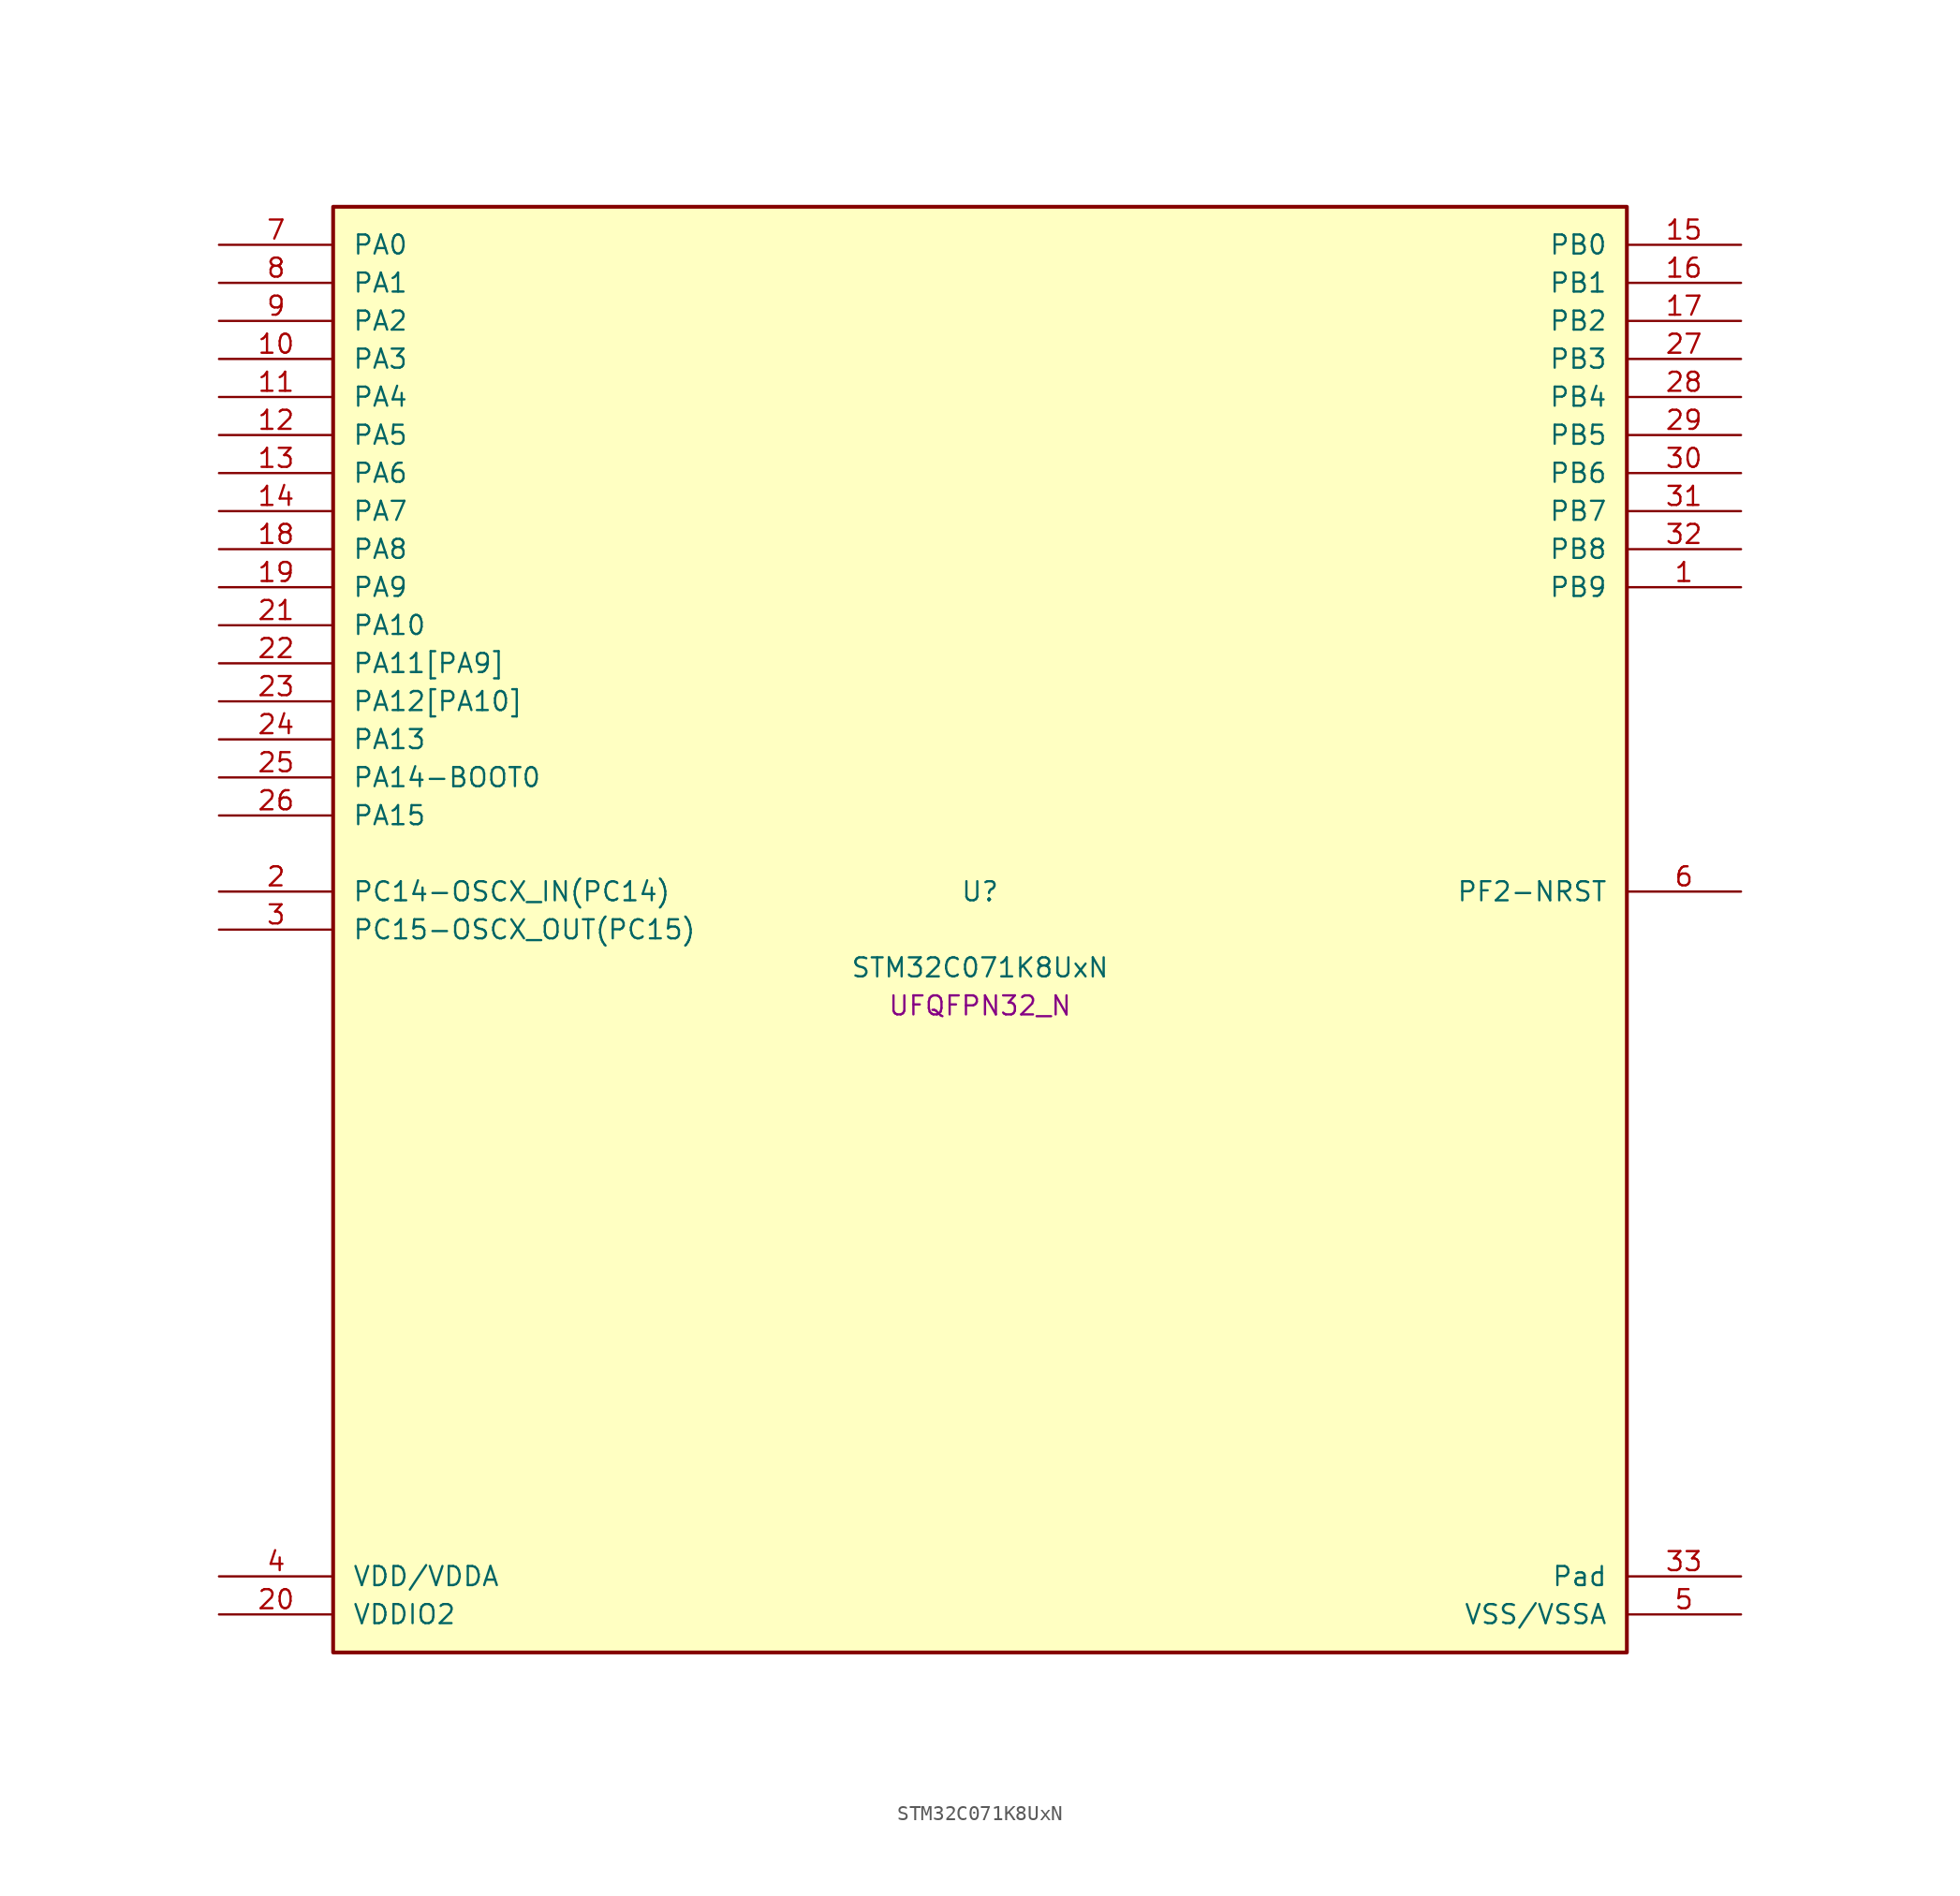
<source format=kicad_sym>
(kicad_symbol_lib
  (version 20241209)
  (generator "stm32_pkl_generator")
  (generator_version "1.0")
  (symbol "STM32C071K8UxN"
    (pin_names
      (offset 1.27))
    (property "Reference" "U"
      (at 0 2.54 0))
    (property "Value" "STM32C071K8UxN"
      (at 0 -2.54 0))
    (property "Footprint" "UFQFPN32_N"
      (at 0 -5.08 0))
    (symbol "STM32C071K8UxN_1_1"
      (rectangle (start -43.18 48.26) (end 43.18 -48.26) (stroke (width 0.254) (type solid)) (fill (type background)))
      (pin bidirectional line (at -50.8 45.72 0) (length 7.62) (name "PA0") (number "7") (alternate "PA0/ADC1_IN0" bidirectional line) (alternate "PA0/PWR_WKUP1" bidirectional line) (alternate "PA0/SPI2_SCK" bidirectional line) (alternate "PA0/TIM16_CH1" bidirectional line) (alternate "PA0/TIM1_CH1" bidirectional line) (alternate "PA0/TIM2_CH1" bidirectional line) (alternate "PA0/TIM2_ETR" bidirectional line) (alternate "PA0/USART1_TX" bidirectional line) (alternate "PA0/USART2_CTS" bidirectional line) (alternate "PA0/USART2_NSS" bidirectional line))
      (pin bidirectional line (at -50.8 43.18 0) (length 7.62) (name "PA1") (number "8") (alternate "PA1/ADC1_IN1" bidirectional line) (alternate "PA1/I2C1_SMBA" bidirectional line) (alternate "PA1/I2S1_CK" bidirectional line) (alternate "PA1/SPI1_SCK" bidirectional line) (alternate "PA1/TIM17_CH1" bidirectional line) (alternate "PA1/TIM1_CH2" bidirectional line) (alternate "PA1/TIM2_CH2" bidirectional line) (alternate "PA1/USART1_RX" bidirectional line) (alternate "PA1/USART2_CK" bidirectional line) (alternate "PA1/USART2_DE" bidirectional line) (alternate "PA1/USART2_RTS" bidirectional line))
      (pin bidirectional line (at -50.8 40.64 0) (length 7.62) (name "PA2") (number "9") (alternate "PA2/ADC1_IN2" bidirectional line) (alternate "PA2/I2S1_SD" bidirectional line) (alternate "PA2/PWR_WKUP4" bidirectional line) (alternate "PA2/RCC_LSCO" bidirectional line) (alternate "PA2/SPI1_MOSI" bidirectional line) (alternate "PA2/TIM16_CH1N" bidirectional line) (alternate "PA2/TIM1_CH3" bidirectional line) (alternate "PA2/TIM2_CH3" bidirectional line) (alternate "PA2/TIM3_ETR" bidirectional line) (alternate "PA2/USART2_TX" bidirectional line))
      (pin bidirectional line (at -50.8 38.1 0) (length 7.62) (name "PA3") (number "10") (alternate "PA3/ADC1_IN3" bidirectional line) (alternate "PA3/SPI2_MISO" bidirectional line) (alternate "PA3/TIM1_CH1N" bidirectional line) (alternate "PA3/TIM1_CH4" bidirectional line) (alternate "PA3/TIM2_CH4" bidirectional line) (alternate "PA3/USART2_RX" bidirectional line))
      (pin bidirectional line (at -50.8 35.56 0) (length 7.62) (name "PA4") (number "11") (alternate "PA4/ADC1_IN4" bidirectional line) (alternate "PA4/I2S1_WS" bidirectional line) (alternate "PA4/PWR_WKUP2" bidirectional line) (alternate "PA4/RTC_OUT1" bidirectional line) (alternate "PA4/RTC_TS" bidirectional line) (alternate "PA4/SPI1_NSS" bidirectional line) (alternate "PA4/SPI2_MOSI" bidirectional line) (alternate "PA4/TIM14_CH1" bidirectional line) (alternate "PA4/TIM17_CH1N" bidirectional line) (alternate "PA4/TIM1_CH2N" bidirectional line) (alternate "PA4/USART2_TX" bidirectional line) (alternate "PA4/USB_NOE" bidirectional line))
      (pin bidirectional line (at -50.8 33.02 0) (length 7.62) (name "PA5") (number "12") (alternate "PA5/ADC1_IN5" bidirectional line) (alternate "PA5/I2S1_CK" bidirectional line) (alternate "PA5/SPI1_SCK" bidirectional line) (alternate "PA5/TIM1_CH1" bidirectional line) (alternate "PA5/TIM1_CH3N" bidirectional line) (alternate "PA5/TIM2_CH1" bidirectional line) (alternate "PA5/TIM2_ETR" bidirectional line) (alternate "PA5/USART2_RX" bidirectional line))
      (pin bidirectional line (at -50.8 30.48 0) (length 7.62) (name "PA6") (number "13") (alternate "PA6/ADC1_IN6" bidirectional line) (alternate "PA6/I2C2_SDA" bidirectional line) (alternate "PA6/I2S1_MCK" bidirectional line) (alternate "PA6/SPI1_MISO" bidirectional line) (alternate "PA6/TIM16_CH1" bidirectional line) (alternate "PA6/TIM1_BKIN" bidirectional line) (alternate "PA6/TIM3_CH1" bidirectional line))
      (pin bidirectional line (at -50.8 27.94 0) (length 7.62) (name "PA7") (number "14") (alternate "PA7/ADC1_IN7" bidirectional line) (alternate "PA7/I2C2_SCL" bidirectional line) (alternate "PA7/I2S1_SD" bidirectional line) (alternate "PA7/SPI1_MOSI" bidirectional line) (alternate "PA7/TIM14_CH1" bidirectional line) (alternate "PA7/TIM17_CH1" bidirectional line) (alternate "PA7/TIM1_CH1N" bidirectional line) (alternate "PA7/TIM3_CH2" bidirectional line))
      (pin bidirectional line (at -50.8 25.4 0) (length 7.62) (name "PA8") (number "18") (alternate "PA8/ADC1_IN8" bidirectional line) (alternate "PA8/CRS_SYNC" bidirectional line) (alternate "PA8/I2S1_WS" bidirectional line) (alternate "PA8/RCC_MCO" bidirectional line) (alternate "PA8/RCC_MCO_2" bidirectional line) (alternate "PA8/SPI1_NSS" bidirectional line) (alternate "PA8/SPI2_MISO" bidirectional line) (alternate "PA8/SPI2_NSS" bidirectional line) (alternate "PA8/TIM14_CH1" bidirectional line) (alternate "PA8/TIM1_CH1" bidirectional line) (alternate "PA8/TIM1_CH2N" bidirectional line) (alternate "PA8/TIM1_CH3N" bidirectional line) (alternate "PA8/TIM3_CH3" bidirectional line) (alternate "PA8/TIM3_CH4" bidirectional line) (alternate "PA8/USART1_RX" bidirectional line) (alternate "PA8/USART2_TX" bidirectional line))
      (pin bidirectional line (at -50.8 22.86 0) (length 7.62) (name "PA9") (number "19") (alternate "PA9/I2C1_SCL" bidirectional line) (alternate "PA9/I2C2_SCL" bidirectional line) (alternate "PA9/RCC_MCO" bidirectional line) (alternate "PA9/SPI2_MISO" bidirectional line) (alternate "PA9/TIM1_CH2" bidirectional line) (alternate "PA9/TIM3_ETR" bidirectional line) (alternate "PA9/USART1_TX" bidirectional line) (alternate "PA9/NC" bidirectional line))
      (pin bidirectional line (at -50.8 20.32 0) (length 7.62) (name "PA10") (number "21") (alternate "PA10/I2C1_SDA" bidirectional line) (alternate "PA10/I2C2_SDA" bidirectional line) (alternate "PA10/RCC_MCO_2" bidirectional line) (alternate "PA10/SPI2_MOSI" bidirectional line) (alternate "PA10/TIM17_BKIN" bidirectional line) (alternate "PA10/TIM1_CH3" bidirectional line) (alternate "PA10/USART1_RX" bidirectional line) (alternate "PA10/NC" bidirectional line))
      (pin bidirectional line (at -50.8 17.78 0) (length 7.62) (name "PA11[PA9]") (number "22") (alternate "PA11[PA9]/ADC1_EXTI11" bidirectional line) (alternate "PA11[PA9]/I2C2_SCL" bidirectional line) (alternate "PA11[PA9]/I2S1_MCK" bidirectional line) (alternate "PA11[PA9]/SPI1_MISO" bidirectional line) (alternate "PA11[PA9]/TIM1_BKIN2" bidirectional line) (alternate "PA11[PA9]/TIM1_CH4" bidirectional line) (alternate "PA11[PA9]/USART1_CTS" bidirectional line) (alternate "PA11[PA9]/USART1_NSS" bidirectional line) (alternate "PA11[PA9]/USB_DM" bidirectional line) (alternate "PA11[PA9]/PA9[PA11]" bidirectional line) (alternate "PA11[PA9]/I2C1_SCL" bidirectional line) (alternate "PA11[PA9]/RCC_MCO" bidirectional line) (alternate "PA11[PA9]/SPI2_MISO" bidirectional line) (alternate "PA11[PA9]/TIM1_CH2" bidirectional line) (alternate "PA11[PA9]/TIM3_ETR" bidirectional line) (alternate "PA11[PA9]/USART1_TX" bidirectional line))
      (pin bidirectional line (at -50.8 15.24 0) (length 7.62) (name "PA12[PA10]") (number "23") (alternate "PA12[PA10]/I2C2_SDA" bidirectional line) (alternate "PA12[PA10]/I2S1_SD" bidirectional line) (alternate "PA12[PA10]/I2S_CKIN" bidirectional line) (alternate "PA12[PA10]/SPI1_MOSI" bidirectional line) (alternate "PA12[PA10]/TIM1_ETR" bidirectional line) (alternate "PA12[PA10]/USART1_CK" bidirectional line) (alternate "PA12[PA10]/USART1_DE" bidirectional line) (alternate "PA12[PA10]/USART1_RTS" bidirectional line) (alternate "PA12[PA10]/USB_DP" bidirectional line) (alternate "PA12[PA10]/PA10[PA12]" bidirectional line) (alternate "PA12[PA10]/I2C1_SDA" bidirectional line) (alternate "PA12[PA10]/RCC_MCO_2" bidirectional line) (alternate "PA12[PA10]/SPI2_MOSI" bidirectional line) (alternate "PA12[PA10]/TIM17_BKIN" bidirectional line) (alternate "PA12[PA10]/TIM1_CH3" bidirectional line) (alternate "PA12[PA10]/USART1_RX" bidirectional line))
      (pin bidirectional line (at -50.8 12.7 0) (length 7.62) (name "PA13") (number "24") (alternate "PA13/ADC1_IN13" bidirectional line) (alternate "PA13/DEBUG_SWDIO" bidirectional line) (alternate "PA13/IR_OUT" bidirectional line) (alternate "PA13/TIM3_ETR" bidirectional line) (alternate "PA13/USART2_RX" bidirectional line) (alternate "PA13/USB_NOE" bidirectional line))
      (pin bidirectional line (at -50.8 10.16 0) (length 7.62) (name "PA14-BOOT0") (number "25") (alternate "PA14-BOOT0/ADC1_IN14" bidirectional line) (alternate "PA14-BOOT0/DEBUG_SWCLK" bidirectional line) (alternate "PA14-BOOT0/I2S1_WS" bidirectional line) (alternate "PA14-BOOT0/RCC_MCO_2" bidirectional line) (alternate "PA14-BOOT0/SPI1_NSS" bidirectional line) (alternate "PA14-BOOT0/TIM1_CH1" bidirectional line) (alternate "PA14-BOOT0/USART1_CK" bidirectional line) (alternate "PA14-BOOT0/USART1_DE" bidirectional line) (alternate "PA14-BOOT0/USART1_RTS" bidirectional line) (alternate "PA14-BOOT0/USART2_RX" bidirectional line) (alternate "PA14-BOOT0/USART2_TX" bidirectional line))
      (pin bidirectional line (at -50.8 7.62 0) (length 7.62) (name "PA15") (number "26") (alternate "PA15/I2S1_WS" bidirectional line) (alternate "PA15/RCC_MCO_2" bidirectional line) (alternate "PA15/SPI1_NSS" bidirectional line) (alternate "PA15/TIM1_CH1" bidirectional line) (alternate "PA15/TIM2_CH1" bidirectional line) (alternate "PA15/TIM2_ETR" bidirectional line) (alternate "PA15/USART1_CK" bidirectional line) (alternate "PA15/USART1_DE" bidirectional line) (alternate "PA15/USART1_RTS" bidirectional line) (alternate "PA15/USART2_RX" bidirectional line) (alternate "PA15/USB_NOE" bidirectional line))
      (pin bidirectional line (at 50.8 45.72 180) (length 7.62) (name "PB0") (number "15") (alternate "PB0/ADC1_IN17" bidirectional line) (alternate "PB0/I2S1_WS" bidirectional line) (alternate "PB0/SPI1_NSS" bidirectional line) (alternate "PB0/TIM1_CH2N" bidirectional line) (alternate "PB0/TIM3_CH3" bidirectional line))
      (pin bidirectional line (at 50.8 43.18 180) (length 7.62) (name "PB1") (number "16") (alternate "PB1/ADC1_IN18" bidirectional line) (alternate "PB1/TIM14_CH1" bidirectional line) (alternate "PB1/TIM1_CH2N" bidirectional line) (alternate "PB1/TIM1_CH3N" bidirectional line) (alternate "PB1/TIM3_CH4" bidirectional line))
      (pin bidirectional line (at 50.8 40.64 180) (length 7.62) (name "PB2") (number "17") (alternate "PB2/ADC1_IN19" bidirectional line) (alternate "PB2/RCC_MCO_2" bidirectional line) (alternate "PB2/SPI2_MISO" bidirectional line) (alternate "PB2/USART1_RX" bidirectional line))
      (pin bidirectional line (at 50.8 38.1 180) (length 7.62) (name "PB3") (number "27") (alternate "PB3/I2C2_SCL" bidirectional line) (alternate "PB3/I2S1_CK" bidirectional line) (alternate "PB3/SPI1_SCK" bidirectional line) (alternate "PB3/TIM1_CH2" bidirectional line) (alternate "PB3/TIM2_CH2" bidirectional line) (alternate "PB3/TIM3_CH2" bidirectional line) (alternate "PB3/USART1_CK" bidirectional line) (alternate "PB3/USART1_DE" bidirectional line) (alternate "PB3/USART1_RTS" bidirectional line))
      (pin bidirectional line (at 50.8 35.56 180) (length 7.62) (name "PB4") (number "28") (alternate "PB4/I2C2_SDA" bidirectional line) (alternate "PB4/I2S1_MCK" bidirectional line) (alternate "PB4/SPI1_MISO" bidirectional line) (alternate "PB4/TIM17_BKIN" bidirectional line) (alternate "PB4/TIM3_CH1" bidirectional line) (alternate "PB4/USART1_CTS" bidirectional line) (alternate "PB4/USART1_NSS" bidirectional line))
      (pin bidirectional line (at 50.8 33.02 180) (length 7.62) (name "PB5") (number "29") (alternate "PB5/I2C1_SMBA" bidirectional line) (alternate "PB5/I2S1_SD" bidirectional line) (alternate "PB5/PWR_WKUP6" bidirectional line) (alternate "PB5/SPI1_MOSI" bidirectional line) (alternate "PB5/TIM16_BKIN" bidirectional line) (alternate "PB5/TIM3_CH2" bidirectional line) (alternate "PB5/TIM3_CH3" bidirectional line))
      (pin bidirectional line (at 50.8 30.48 180) (length 7.62) (name "PB6") (number "30") (alternate "PB6/I2C1_SCL" bidirectional line) (alternate "PB6/I2C1_SMBA" bidirectional line) (alternate "PB6/I2S1_CK" bidirectional line) (alternate "PB6/I2S1_MCK" bidirectional line) (alternate "PB6/I2S1_SD" bidirectional line) (alternate "PB6/PWR_WKUP3" bidirectional line) (alternate "PB6/SPI1_MISO" bidirectional line) (alternate "PB6/SPI1_MOSI" bidirectional line) (alternate "PB6/SPI1_SCK" bidirectional line) (alternate "PB6/SPI2_MISO" bidirectional line) (alternate "PB6/TIM16_BKIN" bidirectional line) (alternate "PB6/TIM16_CH1N" bidirectional line) (alternate "PB6/TIM17_BKIN" bidirectional line) (alternate "PB6/TIM1_CH2" bidirectional line) (alternate "PB6/TIM1_CH3" bidirectional line) (alternate "PB6/TIM3_CH1" bidirectional line) (alternate "PB6/TIM3_CH2" bidirectional line) (alternate "PB6/TIM3_CH3" bidirectional line) (alternate "PB6/USART1_CTS" bidirectional line) (alternate "PB6/USART1_NSS" bidirectional line) (alternate "PB6/USART1_TX" bidirectional line))
      (pin bidirectional line (at 50.8 27.94 180) (length 7.62) (name "PB7") (number "31") (alternate "PB7/I2C1_SCL" bidirectional line) (alternate "PB7/I2C1_SDA" bidirectional line) (alternate "PB7/RTC_REFIN" bidirectional line) (alternate "PB7/SPI2_MOSI" bidirectional line) (alternate "PB7/TIM16_CH1" bidirectional line) (alternate "PB7/TIM17_CH1N" bidirectional line) (alternate "PB7/TIM1_CH4" bidirectional line) (alternate "PB7/TIM3_CH1" bidirectional line) (alternate "PB7/TIM3_CH4" bidirectional line) (alternate "PB7/USART1_RX" bidirectional line) (alternate "PB7/USART2_CTS" bidirectional line) (alternate "PB7/USART2_NSS" bidirectional line))
      (pin bidirectional line (at 50.8 25.4 180) (length 7.62) (name "PB8") (number "32") (alternate "PB8/I2C1_SCL" bidirectional line) (alternate "PB8/SPI2_SCK" bidirectional line) (alternate "PB8/TIM16_CH1" bidirectional line) (alternate "PB8/TIM3_CH1" bidirectional line) (alternate "PB8/USART2_CTS" bidirectional line) (alternate "PB8/USART2_NSS" bidirectional line))
      (pin bidirectional line (at 50.8 22.86 180) (length 7.62) (name "PB9") (number "1") (alternate "PB9/I2C1_SDA" bidirectional line) (alternate "PB9/IR_OUT" bidirectional line) (alternate "PB9/SPI2_NSS" bidirectional line) (alternate "PB9/TIM17_CH1" bidirectional line) (alternate "PB9/TIM3_CH2" bidirectional line) (alternate "PB9/USART2_CK" bidirectional line) (alternate "PB9/USART2_DE" bidirectional line) (alternate "PB9/USART2_RTS" bidirectional line))
      (pin bidirectional line (at -50.8 2.54 0) (length 7.62) (name "PC14-OSCX_IN(PC14)") (number "2") (alternate "PC14-OSCX_IN(PC14)/I2C1_SDA" bidirectional line) (alternate "PC14-OSCX_IN(PC14)/IR_OUT" bidirectional line) (alternate "PC14-OSCX_IN(PC14)/RCC_OSCX_IN" bidirectional line) (alternate "PC14-OSCX_IN(PC14)/SPI2_NSS" bidirectional line) (alternate "PC14-OSCX_IN(PC14)/TIM17_CH1" bidirectional line) (alternate "PC14-OSCX_IN(PC14)/TIM1_BKIN2" bidirectional line) (alternate "PC14-OSCX_IN(PC14)/TIM1_ETR" bidirectional line) (alternate "PC14-OSCX_IN(PC14)/TIM3_CH2" bidirectional line) (alternate "PC14-OSCX_IN(PC14)/USART1_TX" bidirectional line) (alternate "PC14-OSCX_IN(PC14)/USART2_CK" bidirectional line) (alternate "PC14-OSCX_IN(PC14)/USART2_DE" bidirectional line) (alternate "PC14-OSCX_IN(PC14)/USART2_RTS" bidirectional line))
      (pin bidirectional line (at -50.8 0 0) (length 7.62) (name "PC15-OSCX_OUT(PC15)") (number "3") (alternate "PC15-OSCX_OUT(PC15)/RCC_OSC32_EN" bidirectional line) (alternate "PC15-OSCX_OUT(PC15)/RCC_OSCX_OUT" bidirectional line) (alternate "PC15-OSCX_OUT(PC15)/RCC_OSC_EN" bidirectional line) (alternate "PC15-OSCX_OUT(PC15)/TIM1_ETR" bidirectional line) (alternate "PC15-OSCX_OUT(PC15)/TIM3_CH3" bidirectional line))
      (pin bidirectional line (at 50.8 2.54 180) (length 7.62) (name "PF2-NRST") (number "6") (alternate "PF2-NRST/RCC_MCO" bidirectional line) (alternate "PF2-NRST/TIM1_CH4" bidirectional line))
      (pin power_in line (at -50.8 -43.18 0) (length 7.62) (name "VDD/VDDA") (number "4"))
      (pin power_in line (at -50.8 -45.72 0) (length 7.62) (name "VDDIO2") (number "20"))
      (pin passive line (at 50.8 -43.18 180) (length 7.62) (name "Pad") (number "33"))
      (pin power_in line (at 50.8 -45.72 180) (length 7.62) (name "VSS/VSSA") (number "5")))))
</source>
